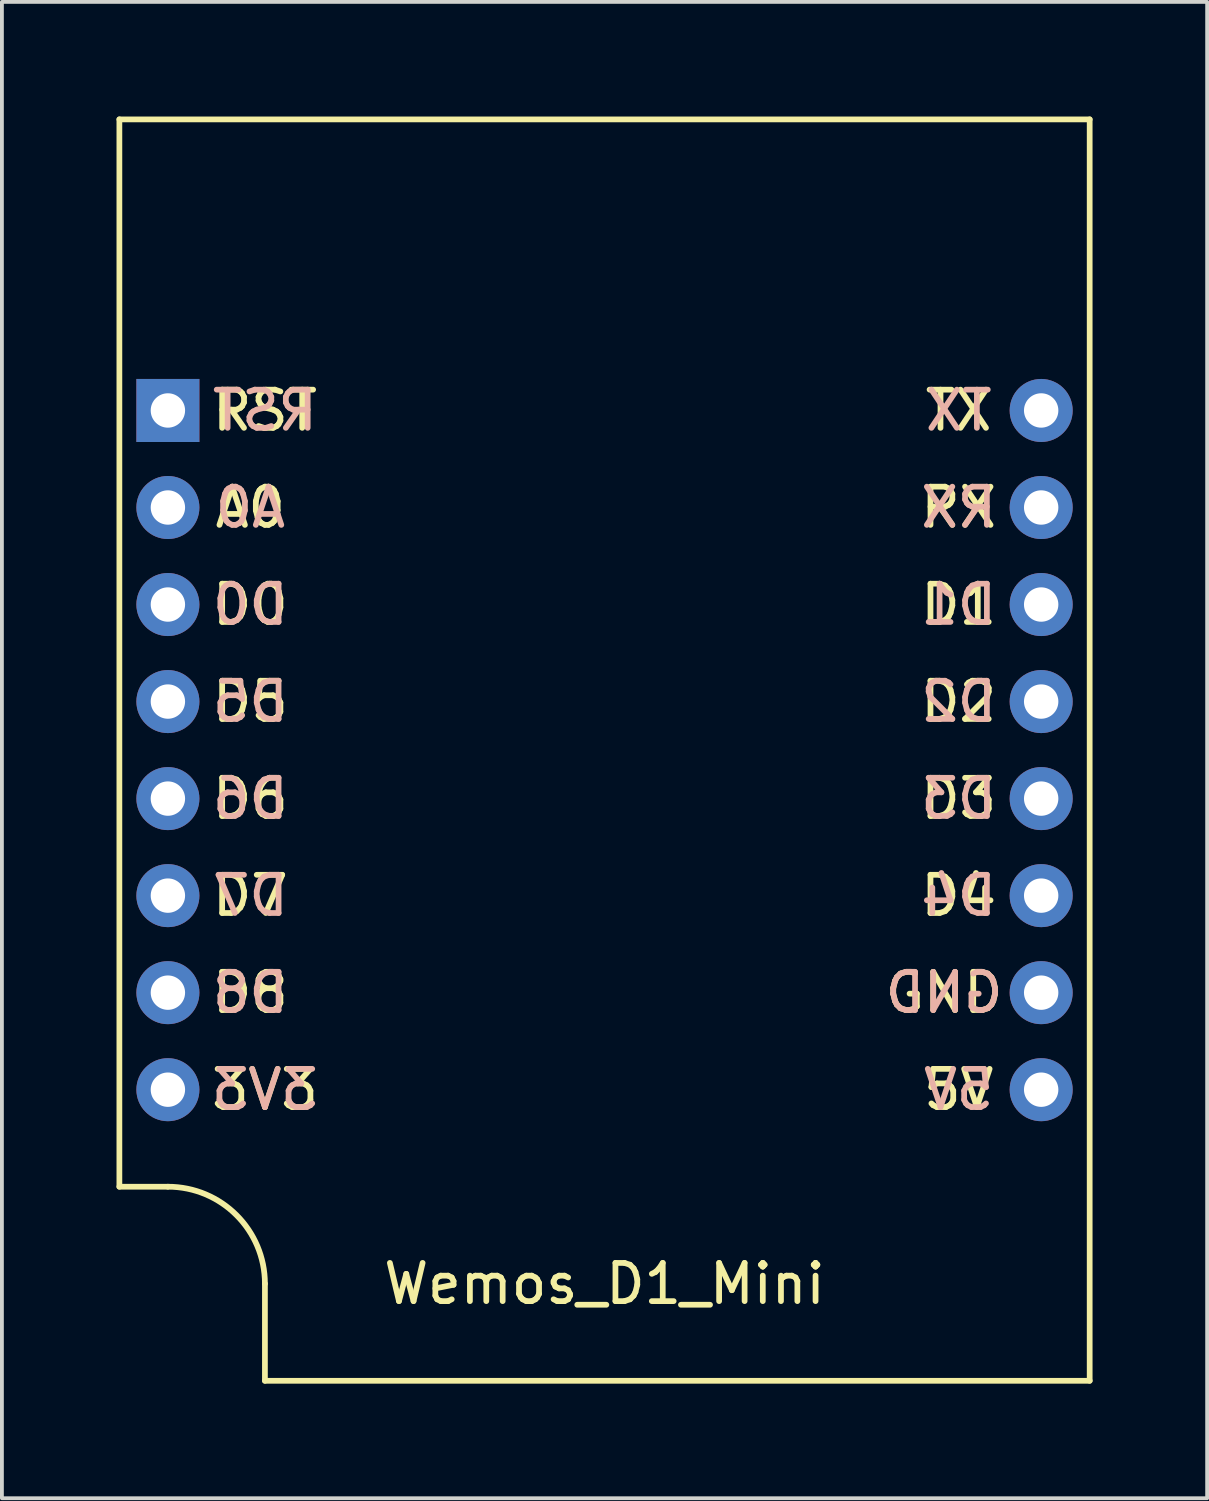
<source format=kicad_pcb>
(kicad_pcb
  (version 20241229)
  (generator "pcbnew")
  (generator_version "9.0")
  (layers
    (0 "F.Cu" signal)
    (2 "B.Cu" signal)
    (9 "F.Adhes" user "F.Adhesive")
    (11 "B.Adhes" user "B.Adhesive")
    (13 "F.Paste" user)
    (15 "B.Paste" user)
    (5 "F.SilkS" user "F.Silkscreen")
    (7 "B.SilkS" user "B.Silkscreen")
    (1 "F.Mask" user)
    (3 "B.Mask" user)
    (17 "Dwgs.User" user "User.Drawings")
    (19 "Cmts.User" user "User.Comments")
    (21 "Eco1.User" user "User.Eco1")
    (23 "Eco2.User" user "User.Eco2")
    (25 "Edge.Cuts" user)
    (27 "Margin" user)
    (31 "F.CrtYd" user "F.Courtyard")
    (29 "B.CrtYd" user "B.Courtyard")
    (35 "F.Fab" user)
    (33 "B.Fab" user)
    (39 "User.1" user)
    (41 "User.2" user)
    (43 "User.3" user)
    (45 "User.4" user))
  (footprint "Wemos_D1_Mini"
    (layer "F.Cu")
    (at 1.345 7.695)
    (property "Reference" "Wemos_D1_Mini" (at 11.43 22.86 0) (layer "F.SilkS") (effects (font (size 1 1) (thickness 0.15))))
    (attr through_hole)
    (fp_line (start -1.27 -7.62) (end -1.27 20.32) (stroke (width 0.15) (type solid)) (layer "F.SilkS"))
    (fp_line (start -1.27 -7.62) (end 24.13 -7.62) (stroke (width 0.15) (type solid)) (layer "F.SilkS"))
    (fp_line (start -1.27 20.32) (end 0 20.32) (stroke (width 0.15) (type solid)) (layer "F.SilkS"))
    (fp_line (start 2.54 22.86) (end 2.54 25.4) (stroke (width 0.15) (type solid)) (layer "F.SilkS"))
    (fp_line (start 24.13 -7.62) (end 24.13 25.4) (stroke (width 0.15) (type solid)) (layer "F.SilkS"))
    (fp_line (start 24.13 25.4) (end 2.54 25.4) (stroke (width 0.15) (type solid)) (layer "F.SilkS"))
    (fp_arc (start 0 20.32) (mid 1.796051 21.063949) (end 2.54 22.86) (stroke (width 0.15) (type solid)) (layer "F.SilkS"))
    (fp_text user "D2" (at 20.701 7.62 0) (layer "F.SilkS") (effects (font (size 1 1) (thickness 0.15))))
    (fp_text user "RST" (at 2.54 0 0) (layer "F.SilkS") (effects (font (size 1 1) (thickness 0.15))))
    (fp_text user "D8" (at 2.159 15.24 0) (layer "F.SilkS") (effects (font (size 1 1) (thickness 0.15))))
    (fp_text user "D3" (at 20.701 10.16 0) (layer "F.SilkS") (effects (font (size 1 1) (thickness 0.15))))
    (fp_text user "5V" (at 20.701 17.78 0) (layer "F.SilkS") (effects (font (size 1 1) (thickness 0.15))))
    (fp_text user "D0" (at 2.159 5.08 0) (layer "F.SilkS") (effects (font (size 1 1) (thickness 0.15))))
    (fp_text user "D5" (at 2.159 7.62 0) (layer "F.SilkS") (effects (font (size 1 1) (thickness 0.15))))
    (fp_text user "RX" (at 20.701 2.54 0) (layer "F.SilkS") (effects (font (size 1 1) (thickness 0.15))))
    (fp_text user "D6" (at 2.159 10.16 0) (layer "F.SilkS") (effects (font (size 1 1) (thickness 0.15))))
    (fp_text user "D4" (at 20.701 12.7 0) (layer "F.SilkS") (effects (font (size 1 1) (thickness 0.15))))
    (fp_text user "3V3" (at 2.54 17.78 0) (layer "F.SilkS") (effects (font (size 1 1) (thickness 0.15))))
    (fp_text user "A0" (at 2.159 2.54 0) (layer "F.SilkS") (effects (font (size 1 1) (thickness 0.15))))
    (fp_text user "GND" (at 20.32 15.24 0) (layer "F.SilkS") (effects (font (size 1 1) (thickness 0.15))))
    (fp_text user "TX" (at 20.701 0 0) (layer "F.SilkS") (effects (font (size 1 1) (thickness 0.15))))
    (fp_text user "D7" (at 2.159 12.7 0) (layer "F.SilkS") (effects (font (size 1 1) (thickness 0.15))))
    (fp_text user "D1" (at 20.701 5.08 0) (layer "F.SilkS") (effects (font (size 1 1) (thickness 0.15))))
    (fp_text user "D8" (at 2.159 15.24 0) (layer "B.SilkS") (effects (font (size 1 1) (thickness 0.15)) (justify mirror)))
    (fp_text user "3V3" (at 2.54 17.78 0) (layer "B.SilkS") (effects (font (size 1 1) (thickness 0.15)) (justify mirror)))
    (fp_text user "D0" (at 2.159 5.08 0) (layer "B.SilkS") (effects (font (size 1 1) (thickness 0.15)) (justify mirror)))
    (fp_text user "TX" (at 20.701 0 0) (layer "B.SilkS") (effects (font (size 1 1) (thickness 0.15)) (justify mirror)))
    (fp_text user "GND" (at 20.32 15.24 0) (layer "B.SilkS") (effects (font (size 1 1) (thickness 0.15)) (justify mirror)))
    (fp_text user "A0" (at 2.159 2.54 0) (layer "B.SilkS") (effects (font (size 1 1) (thickness 0.15)) (justify mirror)))
    (fp_text user "D6" (at 2.159 10.16 0) (layer "B.SilkS") (effects (font (size 1 1) (thickness 0.15)) (justify mirror)))
    (fp_text user "D4" (at 20.701 12.7 0) (layer "B.SilkS") (effects (font (size 1 1) (thickness 0.15)) (justify mirror)))
    (fp_text user "D7" (at 2.159 12.7 0) (layer "B.SilkS") (effects (font (size 1 1) (thickness 0.15)) (justify mirror)))
    (fp_text user "D2" (at 20.701 7.62 0) (layer "B.SilkS") (effects (font (size 1 1) (thickness 0.15)) (justify mirror)))
    (fp_text user "5V" (at 20.701 17.78 0) (layer "B.SilkS") (effects (font (size 1 1) (thickness 0.15)) (justify mirror)))
    (fp_text user "RST" (at 2.54 0 0) (layer "B.SilkS") (effects (font (size 1 1) (thickness 0.15)) (justify mirror)))
    (fp_text user "D3" (at 20.701 10.16 0) (layer "B.SilkS") (effects (font (size 1 1) (thickness 0.15)) (justify mirror)))
    (fp_text user "RX" (at 20.701 2.54 0) (layer "B.SilkS") (effects (font (size 1 1) (thickness 0.15)) (justify mirror)))
    (fp_text user "D1" (at 20.701 5.08 0) (layer "B.SilkS") (effects (font (size 1 1) (thickness 0.15)) (justify mirror)))
    (fp_text user "D5" (at 2.159 7.62 0) (layer "B.SilkS") (effects (font (size 1 1) (thickness 0.15)) (justify mirror)))
    (pad "1" thru_hole rect (at 0 0) (size 1.65 1.65) (drill 0.9) (layers "*.Cu" "*.Mask"))
    (pad "2" thru_hole circle (at 0 2.54) (size 1.65 1.65) (drill 0.9) (layers "*.Cu" "*.Mask"))
    (pad "3" thru_hole circle (at 0 5.08) (size 1.65 1.65) (drill 0.9) (layers "*.Cu" "*.Mask"))
    (pad "4" thru_hole circle (at 0 7.62) (size 1.65 1.65) (drill 0.9) (layers "*.Cu" "*.Mask"))
    (pad "5" thru_hole circle (at 0 10.16) (size 1.65 1.65) (drill 0.9) (layers "*.Cu" "*.Mask"))
    (pad "6" thru_hole circle (at 0 12.7) (size 1.65 1.65) (drill 0.9) (layers "*.Cu" "*.Mask"))
    (pad "7" thru_hole circle (at 0 15.24) (size 1.65 1.65) (drill 0.9) (layers "*.Cu" "*.Mask"))
    (pad "8" thru_hole circle (at 0 17.78) (size 1.65 1.65) (drill 0.9) (layers "*.Cu" "*.Mask"))
    (pad "9" thru_hole circle (at 22.86 17.78) (size 1.65 1.65) (drill 0.9) (layers "*.Cu" "*.Mask"))
    (pad "10" thru_hole circle (at 22.86 15.24) (size 1.65 1.65) (drill 0.9) (layers "*.Cu" "*.Mask"))
    (pad "11" thru_hole circle (at 22.86 12.7) (size 1.65 1.65) (drill 0.9) (layers "*.Cu" "*.Mask"))
    (pad "12" thru_hole circle (at 22.86 10.16) (size 1.65 1.65) (drill 0.9) (layers "*.Cu" "*.Mask"))
    (pad "13" thru_hole circle (at 22.86 7.62) (size 1.65 1.65) (drill 0.9) (layers "*.Cu" "*.Mask"))
    (pad "14" thru_hole circle (at 22.86 5.08) (size 1.65 1.65) (drill 0.9) (layers "*.Cu" "*.Mask"))
    (pad "15" thru_hole circle (at 22.86 2.54) (size 1.65 1.65) (drill 0.9) (layers "*.Cu" "*.Mask"))
    (pad "16" thru_hole circle (at 22.86 0) (size 1.65 1.65) (drill 0.9) (layers "*.Cu" "*.Mask")))
  (gr_rect
    (start -3 -3)
    (end 28.55 36.17)
    (stroke (width 0.1) (type default))
    (fill no)
    (layer "Edge.Cuts")))
</source>
